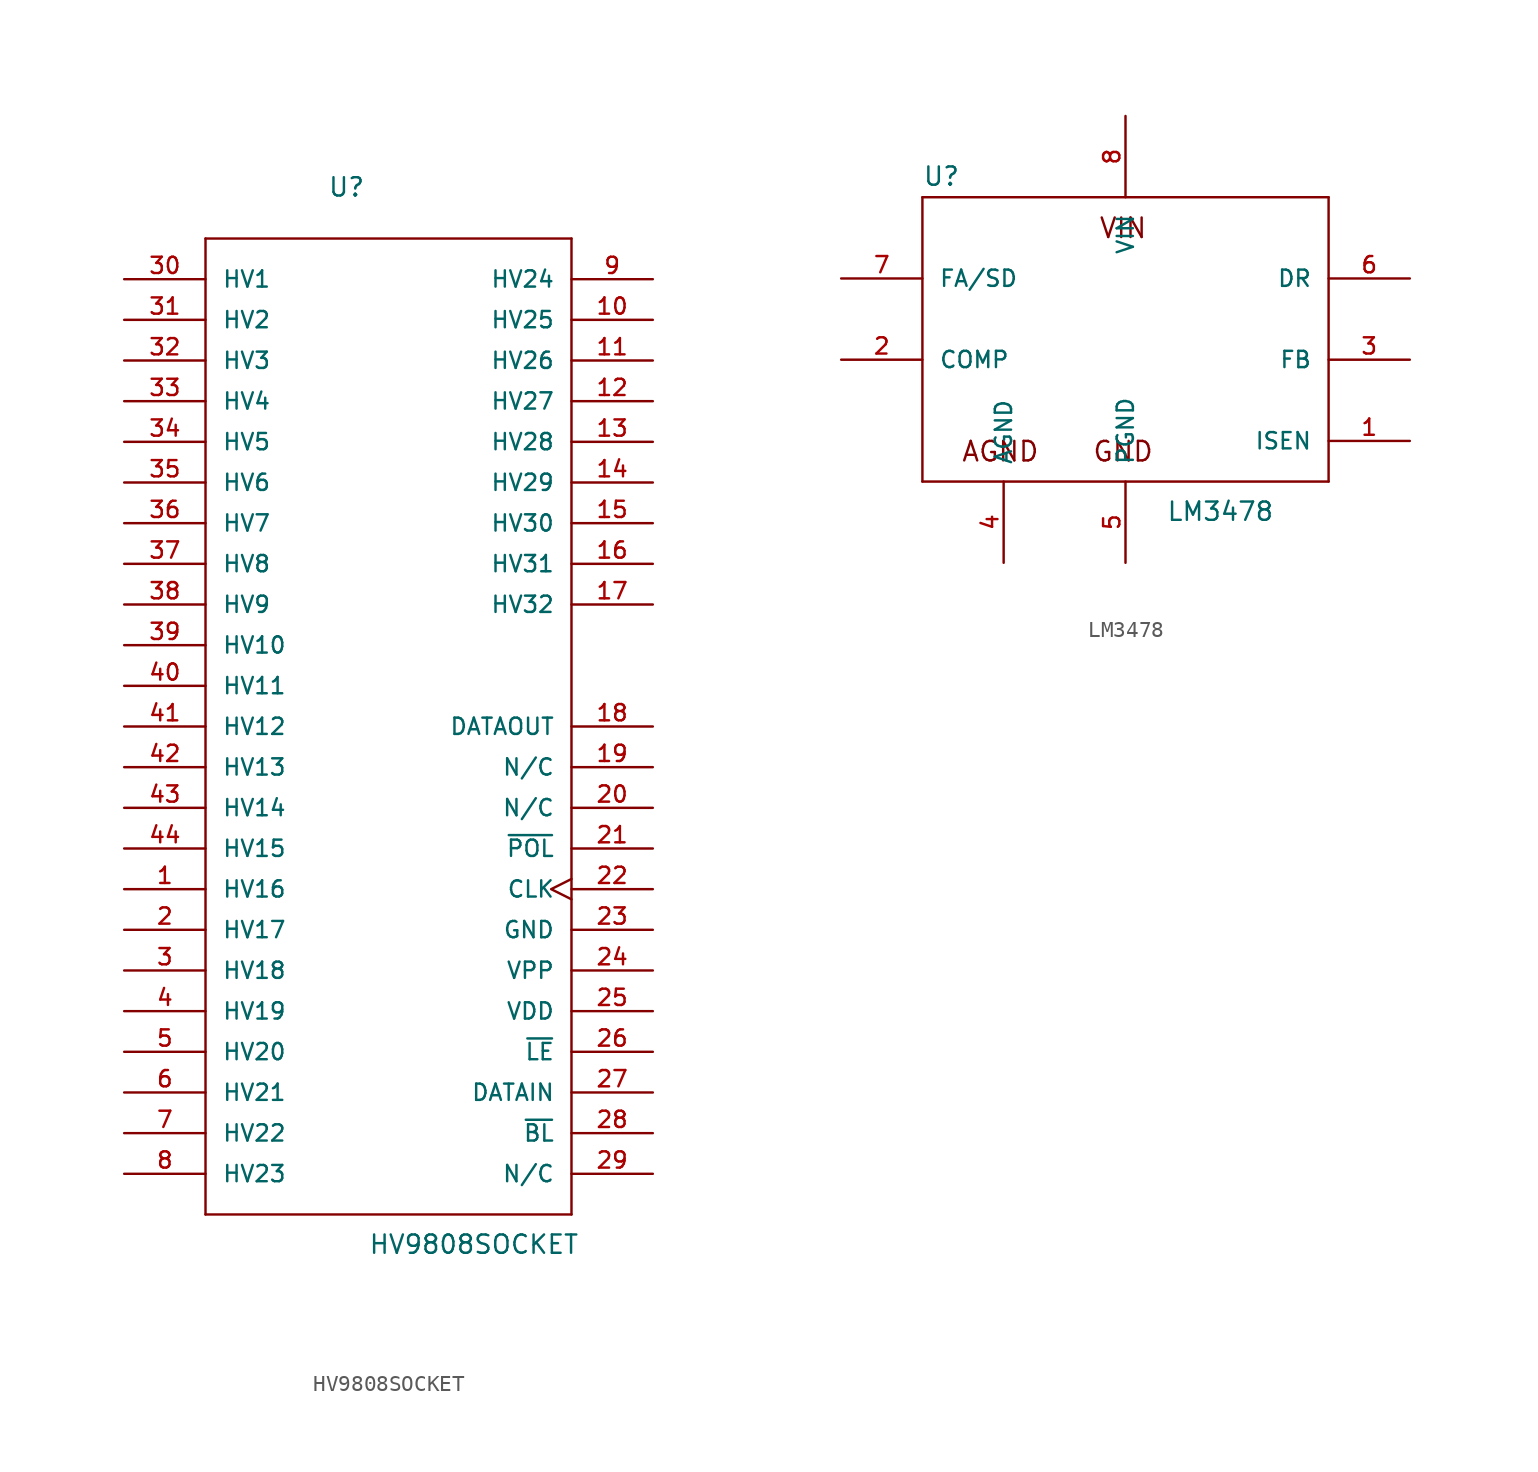
<source format=kicad_sym>
(kicad_symbol_lib
  (version 20241209)
  (generator "kicad_symbol_editor")
  (generator_version "9.0")
  (symbol "HV9808SOCKET"
    (pin_names
      (offset 1.016))
    (property "Reference" "U"
      (at -5.08 33.02 0)
      (effects (font (size 1.143 1.143)) (justify left bottom)))
    (property "Value" "HV9808SOCKET"
      (at -2.54 -33.02 0)
      (effects (font (size 1.143 1.143)) (justify left bottom)))
    (property "ki_locked" ""
      (at 0 0 0)
      (effects (font (size 1.27 1.27))))
    (symbol "HV9808SOCKET_1_0"
      (polyline (pts (xy -12.7 30.48) (xy -12.7 -30.48)) (stroke (width 0) (type solid)) (fill (type none)))
      (polyline (pts (xy -12.7 -30.48) (xy 10.16 -30.48)) (stroke (width 0) (type solid)) (fill (type none)))
      (polyline (pts (xy 10.16 30.48) (xy -12.7 30.48)) (stroke (width 0) (type solid)) (fill (type none)))
      (polyline (pts (xy 10.16 -30.48) (xy 10.16 30.48)) (stroke (width 0) (type solid)) (fill (type none))))
    (symbol "HV9808SOCKET_1_1"
      (pin output line (at -17.78 27.94 0) (length 5.08) (name "HV1" (effects (font (size 1.016 1.016)))) (number "30" (effects (font (size 1.016 1.016)))))
      (pin output line (at -17.78 25.4 0) (length 5.08) (name "HV2" (effects (font (size 1.016 1.016)))) (number "31" (effects (font (size 1.016 1.016)))))
      (pin output line (at -17.78 22.86 0) (length 5.08) (name "HV3" (effects (font (size 1.016 1.016)))) (number "32" (effects (font (size 1.016 1.016)))))
      (pin output line (at -17.78 20.32 0) (length 5.08) (name "HV4" (effects (font (size 1.016 1.016)))) (number "33" (effects (font (size 1.016 1.016)))))
      (pin output line (at -17.78 17.78 0) (length 5.08) (name "HV5" (effects (font (size 1.016 1.016)))) (number "34" (effects (font (size 1.016 1.016)))))
      (pin output line (at -17.78 15.24 0) (length 5.08) (name "HV6" (effects (font (size 1.016 1.016)))) (number "35" (effects (font (size 1.016 1.016)))))
      (pin output line (at -17.78 12.7 0) (length 5.08) (name "HV7" (effects (font (size 1.016 1.016)))) (number "36" (effects (font (size 1.016 1.016)))))
      (pin output line (at -17.78 10.16 0) (length 5.08) (name "HV8" (effects (font (size 1.016 1.016)))) (number "37" (effects (font (size 1.016 1.016)))))
      (pin output line (at -17.78 7.62 0) (length 5.08) (name "HV9" (effects (font (size 1.016 1.016)))) (number "38" (effects (font (size 1.016 1.016)))))
      (pin output line (at -17.78 5.08 0) (length 5.08) (name "HV10" (effects (font (size 1.016 1.016)))) (number "39" (effects (font (size 1.016 1.016)))))
      (pin output line (at -17.78 2.54 0) (length 5.08) (name "HV11" (effects (font (size 1.016 1.016)))) (number "40" (effects (font (size 1.016 1.016)))))
      (pin output line (at -17.78 0 0) (length 5.08) (name "HV12" (effects (font (size 1.016 1.016)))) (number "41" (effects (font (size 1.016 1.016)))))
      (pin output line (at -17.78 -2.54 0) (length 5.08) (name "HV13" (effects (font (size 1.016 1.016)))) (number "42" (effects (font (size 1.016 1.016)))))
      (pin output line (at -17.78 -5.08 0) (length 5.08) (name "HV14" (effects (font (size 1.016 1.016)))) (number "43" (effects (font (size 1.016 1.016)))))
      (pin output line (at -17.78 -7.62 0) (length 5.08) (name "HV15" (effects (font (size 1.016 1.016)))) (number "44" (effects (font (size 1.016 1.016)))))
      (pin output line (at -17.78 -10.16 0) (length 5.08) (name "HV16" (effects (font (size 1.016 1.016)))) (number "1" (effects (font (size 1.016 1.016)))))
      (pin output line (at -17.78 -12.7 0) (length 5.08) (name "HV17" (effects (font (size 1.016 1.016)))) (number "2" (effects (font (size 1.016 1.016)))))
      (pin output line (at -17.78 -15.24 0) (length 5.08) (name "HV18" (effects (font (size 1.016 1.016)))) (number "3" (effects (font (size 1.016 1.016)))))
      (pin output line (at -17.78 -17.78 0) (length 5.08) (name "HV19" (effects (font (size 1.016 1.016)))) (number "4" (effects (font (size 1.016 1.016)))))
      (pin output line (at -17.78 -20.32 0) (length 5.08) (name "HV20" (effects (font (size 1.016 1.016)))) (number "5" (effects (font (size 1.016 1.016)))))
      (pin output line (at -17.78 -22.86 0) (length 5.08) (name "HV21" (effects (font (size 1.016 1.016)))) (number "6" (effects (font (size 1.016 1.016)))))
      (pin output line (at -17.78 -25.4 0) (length 5.08) (name "HV22" (effects (font (size 1.016 1.016)))) (number "7" (effects (font (size 1.016 1.016)))))
      (pin output line (at -17.78 -27.94 0) (length 5.08) (name "HV23" (effects (font (size 1.016 1.016)))) (number "8" (effects (font (size 1.016 1.016)))))
      (pin output line (at 15.24 27.94 180) (length 5.08) (name "HV24" (effects (font (size 1.016 1.016)))) (number "9" (effects (font (size 1.016 1.016)))))
      (pin output line (at 15.24 25.4 180) (length 5.08) (name "HV25" (effects (font (size 1.016 1.016)))) (number "10" (effects (font (size 1.016 1.016)))))
      (pin output line (at 15.24 22.86 180) (length 5.08) (name "HV26" (effects (font (size 1.016 1.016)))) (number "11" (effects (font (size 1.016 1.016)))))
      (pin output line (at 15.24 20.32 180) (length 5.08) (name "HV27" (effects (font (size 1.016 1.016)))) (number "12" (effects (font (size 1.016 1.016)))))
      (pin output line (at 15.24 17.78 180) (length 5.08) (name "HV28" (effects (font (size 1.016 1.016)))) (number "13" (effects (font (size 1.016 1.016)))))
      (pin output line (at 15.24 15.24 180) (length 5.08) (name "HV29" (effects (font (size 1.016 1.016)))) (number "14" (effects (font (size 1.016 1.016)))))
      (pin output line (at 15.24 12.7 180) (length 5.08) (name "HV30" (effects (font (size 1.016 1.016)))) (number "15" (effects (font (size 1.016 1.016)))))
      (pin output line (at 15.24 10.16 180) (length 5.08) (name "HV31" (effects (font (size 1.016 1.016)))) (number "16" (effects (font (size 1.016 1.016)))))
      (pin output line (at 15.24 7.62 180) (length 5.08) (name "HV32" (effects (font (size 1.016 1.016)))) (number "17" (effects (font (size 1.016 1.016)))))
      (pin output line (at 15.24 0 180) (length 5.08) (name "DATAOUT" (effects (font (size 1.016 1.016)))) (number "18" (effects (font (size 1.016 1.016)))))
      (pin unspecified line (at 15.24 -2.54 180) (length 5.08) (name "N/C" (effects (font (size 1.016 1.016)))) (number "19" (effects (font (size 1.016 1.016)))))
      (pin unspecified line (at 15.24 -5.08 180) (length 5.08) (name "N/C" (effects (font (size 1.016 1.016)))) (number "20" (effects (font (size 1.016 1.016)))))
      (pin input line (at 15.24 -7.62 180) (length 5.08) (name "~{POL}" (effects (font (size 1.016 1.016)))) (number "21" (effects (font (size 1.016 1.016)))))
      (pin output clock (at 15.24 -10.16 180) (length 5.08) (name "CLK" (effects (font (size 1.016 1.016)))) (number "22" (effects (font (size 1.016 1.016)))))
      (pin power_in line (at 15.24 -12.7 180) (length 5.08) (name "GND" (effects (font (size 1.016 1.016)))) (number "23" (effects (font (size 1.016 1.016)))))
      (pin power_in line (at 15.24 -15.24 180) (length 5.08) (name "VPP" (effects (font (size 1.016 1.016)))) (number "24" (effects (font (size 1.016 1.016)))))
      (pin power_in line (at 15.24 -17.78 180) (length 5.08) (name "VDD" (effects (font (size 1.016 1.016)))) (number "25" (effects (font (size 1.016 1.016)))))
      (pin input line (at 15.24 -20.32 180) (length 5.08) (name "~{LE}" (effects (font (size 1.016 1.016)))) (number "26" (effects (font (size 1.016 1.016)))))
      (pin input line (at 15.24 -22.86 180) (length 5.08) (name "DATAIN" (effects (font (size 1.016 1.016)))) (number "27" (effects (font (size 1.016 1.016)))))
      (pin input line (at 15.24 -25.4 180) (length 5.08) (name "~{BL}" (effects (font (size 1.016 1.016)))) (number "28" (effects (font (size 1.016 1.016)))))
      (pin unspecified line (at 15.24 -27.94 180) (length 5.08) (name "N/C" (effects (font (size 1.016 1.016)))) (number "29" (effects (font (size 1.016 1.016)))))))
  (symbol "LM3478"
    (pin_names
      (offset 1.016))
    (property "Reference" "U"
      (at -12.7 8.255 0)
      (effects (font (size 1.143 1.143)) (justify left bottom)))
    (property "Value" "LM3478"
      (at 2.54 -12.7 0)
      (effects (font (size 1.143 1.143)) (justify left bottom)))
    (property "ki_locked" ""
      (at 0 0 0)
      (effects (font (size 1.27 1.27))))
    (symbol "LM3478_1_0"
      (polyline (pts (xy -12.7 7.62) (xy 12.7 7.62)) (stroke (width 0) (type solid)) (fill (type none)))
      (polyline (pts (xy -12.7 -10.16) (xy -12.7 7.62)) (stroke (width 0) (type solid)) (fill (type none)))
      (polyline (pts (xy 12.7 7.62) (xy 12.7 -10.16)) (stroke (width 0) (type solid)) (fill (type none)))
      (polyline (pts (xy 12.7 -10.16) (xy -12.7 -10.16)) (stroke (width 0) (type solid)) (fill (type none)))
      (text "AGND" (at -7.823 -8.28 0) (effects (font (size 1.219 1.219))))
      (text "VIN" (at -0.152 5.69 0) (effects (font (size 1.219 1.219))))
      (text "GND" (at -0.152 -8.28 0) (effects (font (size 1.219 1.219)))))
    (symbol "LM3478_1_1"
      (pin input line (at -17.78 2.54 0) (length 5.08) (name "FA/SD" (effects (font (size 1.016 1.016)))) (number "7" (effects (font (size 1.016 1.016)))))
      (pin input line (at -17.78 -2.54 0) (length 5.08) (name "COMP" (effects (font (size 1.016 1.016)))) (number "2" (effects (font (size 1.016 1.016)))))
      (pin power_in line (at -7.62 -15.24 90) (length 5.08) (name "AGND" (effects (font (size 1.016 1.016)))) (number "4" (effects (font (size 1.016 1.016)))))
      (pin power_in line (at 0 12.7 270) (length 5.08) (name "VIN" (effects (font (size 1.016 1.016)))) (number "8" (effects (font (size 1.016 1.016)))))
      (pin power_in line (at 0 -15.24 90) (length 5.08) (name "PGND" (effects (font (size 1.016 1.016)))) (number "5" (effects (font (size 1.016 1.016)))))
      (pin output line (at 17.78 2.54 180) (length 5.08) (name "DR" (effects (font (size 1.016 1.016)))) (number "6" (effects (font (size 1.016 1.016)))))
      (pin input line (at 17.78 -2.54 180) (length 5.08) (name "FB" (effects (font (size 1.016 1.016)))) (number "3" (effects (font (size 1.016 1.016)))))
      (pin input line (at 17.78 -7.62 180) (length 5.08) (name "ISEN" (effects (font (size 1.016 1.016)))) (number "1" (effects (font (size 1.016 1.016))))))))
</source>
